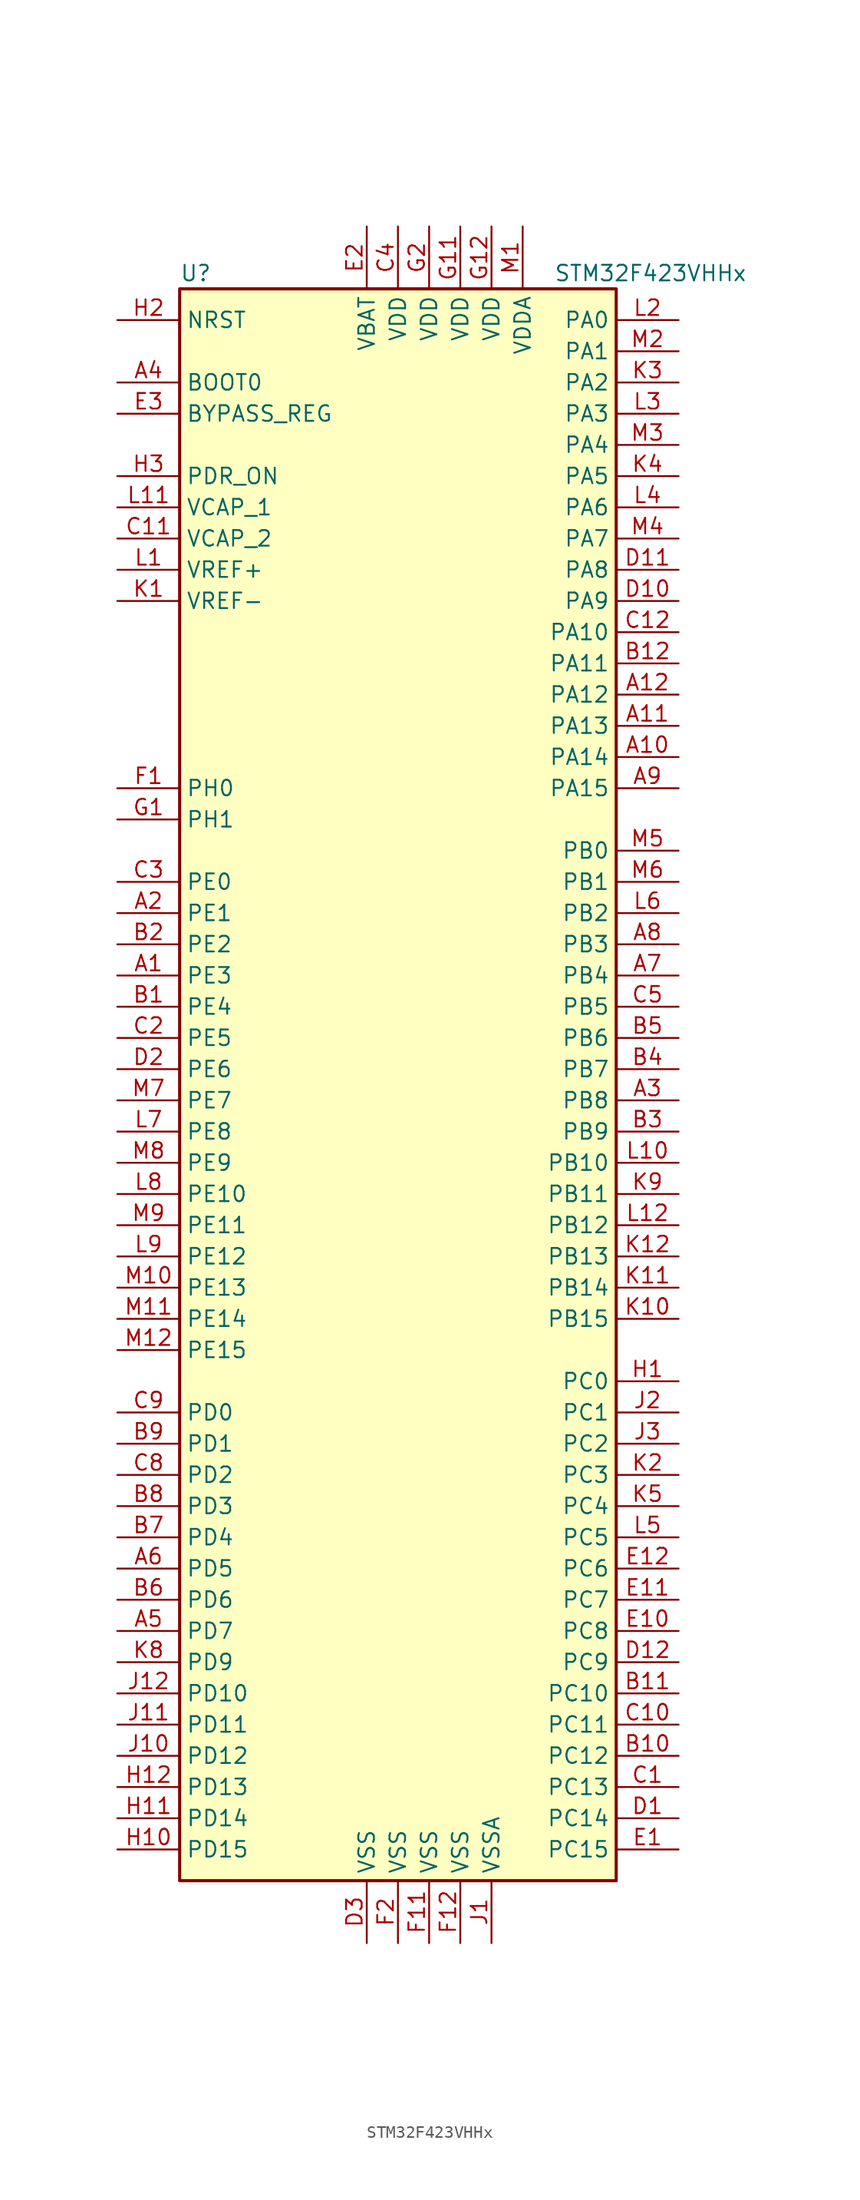
<source format=kicad_sym>
(kicad_symbol_lib
  (version 20211014)
  (generator kicad_symbol_editor)
  (symbol "STM32F423VHHx"
    (property "Reference" "U"
      (at -17.78 64.77 0)
      (effects (font (size 1.27 1.27)) (justify left)))
    (property "Value" "STM32F423VHHx"
      (at 12.7 64.77 0)
      (effects (font (size 1.27 1.27)) (justify left)))
    (symbol "STM32F423VHHx_0_1"
      (rectangle (start -17.78 -66.04) (end 17.78 63.5) (stroke (width 0.254) (type default) (color 0 0 0 0)) (fill (type background))))
    (symbol "STM32F423VHHx_1_1"
      (pin bidirectional line (at -22.86 7.62 0) (length 5.08) (name "PE3" (effects (font (size 1.27 1.27)))) (number "A1" (effects (font (size 1.27 1.27)))))
      (pin bidirectional line (at 22.86 25.4 180) (length 5.08) (name "PA14" (effects (font (size 1.27 1.27)))) (number "A10" (effects (font (size 1.27 1.27)))))
      (pin bidirectional line (at 22.86 27.94 180) (length 5.08) (name "PA13" (effects (font (size 1.27 1.27)))) (number "A11" (effects (font (size 1.27 1.27)))))
      (pin bidirectional line (at 22.86 30.48 180) (length 5.08) (name "PA12" (effects (font (size 1.27 1.27)))) (number "A12" (effects (font (size 1.27 1.27)))))
      (pin bidirectional line (at -22.86 12.7 0) (length 5.08) (name "PE1" (effects (font (size 1.27 1.27)))) (number "A2" (effects (font (size 1.27 1.27)))))
      (pin bidirectional line (at 22.86 -2.54 180) (length 5.08) (name "PB8" (effects (font (size 1.27 1.27)))) (number "A3" (effects (font (size 1.27 1.27)))))
      (pin input line (at -22.86 55.88 0) (length 5.08) (name "BOOT0" (effects (font (size 1.27 1.27)))) (number "A4" (effects (font (size 1.27 1.27)))))
      (pin bidirectional line (at -22.86 -45.72 0) (length 5.08) (name "PD7" (effects (font (size 1.27 1.27)))) (number "A5" (effects (font (size 1.27 1.27)))))
      (pin bidirectional line (at -22.86 -40.64 0) (length 5.08) (name "PD5" (effects (font (size 1.27 1.27)))) (number "A6" (effects (font (size 1.27 1.27)))))
      (pin bidirectional line (at 22.86 7.62 180) (length 5.08) (name "PB4" (effects (font (size 1.27 1.27)))) (number "A7" (effects (font (size 1.27 1.27)))))
      (pin bidirectional line (at 22.86 10.16 180) (length 5.08) (name "PB3" (effects (font (size 1.27 1.27)))) (number "A8" (effects (font (size 1.27 1.27)))))
      (pin bidirectional line (at 22.86 22.86 180) (length 5.08) (name "PA15" (effects (font (size 1.27 1.27)))) (number "A9" (effects (font (size 1.27 1.27)))))
      (pin bidirectional line (at -22.86 5.08 0) (length 5.08) (name "PE4" (effects (font (size 1.27 1.27)))) (number "B1" (effects (font (size 1.27 1.27)))))
      (pin bidirectional line (at 22.86 -55.88 180) (length 5.08) (name "PC12" (effects (font (size 1.27 1.27)))) (number "B10" (effects (font (size 1.27 1.27)))))
      (pin bidirectional line (at 22.86 -50.8 180) (length 5.08) (name "PC10" (effects (font (size 1.27 1.27)))) (number "B11" (effects (font (size 1.27 1.27)))))
      (pin bidirectional line (at 22.86 33.02 180) (length 5.08) (name "PA11" (effects (font (size 1.27 1.27)))) (number "B12" (effects (font (size 1.27 1.27)))))
      (pin bidirectional line (at -22.86 10.16 0) (length 5.08) (name "PE2" (effects (font (size 1.27 1.27)))) (number "B2" (effects (font (size 1.27 1.27)))))
      (pin bidirectional line (at 22.86 -5.08 180) (length 5.08) (name "PB9" (effects (font (size 1.27 1.27)))) (number "B3" (effects (font (size 1.27 1.27)))))
      (pin bidirectional line (at 22.86 0 180) (length 5.08) (name "PB7" (effects (font (size 1.27 1.27)))) (number "B4" (effects (font (size 1.27 1.27)))))
      (pin bidirectional line (at 22.86 2.54 180) (length 5.08) (name "PB6" (effects (font (size 1.27 1.27)))) (number "B5" (effects (font (size 1.27 1.27)))))
      (pin bidirectional line (at -22.86 -43.18 0) (length 5.08) (name "PD6" (effects (font (size 1.27 1.27)))) (number "B6" (effects (font (size 1.27 1.27)))))
      (pin bidirectional line (at -22.86 -38.1 0) (length 5.08) (name "PD4" (effects (font (size 1.27 1.27)))) (number "B7" (effects (font (size 1.27 1.27)))))
      (pin bidirectional line (at -22.86 -35.56 0) (length 5.08) (name "PD3" (effects (font (size 1.27 1.27)))) (number "B8" (effects (font (size 1.27 1.27)))))
      (pin bidirectional line (at -22.86 -30.48 0) (length 5.08) (name "PD1" (effects (font (size 1.27 1.27)))) (number "B9" (effects (font (size 1.27 1.27)))))
      (pin bidirectional line (at 22.86 -58.42 180) (length 5.08) (name "PC13" (effects (font (size 1.27 1.27)))) (number "C1" (effects (font (size 1.27 1.27)))))
      (pin bidirectional line (at 22.86 -53.34 180) (length 5.08) (name "PC11" (effects (font (size 1.27 1.27)))) (number "C10" (effects (font (size 1.27 1.27)))))
      (pin power_in line (at -22.86 43.18 0) (length 5.08) (name "VCAP_2" (effects (font (size 1.27 1.27)))) (number "C11" (effects (font (size 1.27 1.27)))))
      (pin bidirectional line (at 22.86 35.56 180) (length 5.08) (name "PA10" (effects (font (size 1.27 1.27)))) (number "C12" (effects (font (size 1.27 1.27)))))
      (pin bidirectional line (at -22.86 2.54 0) (length 5.08) (name "PE5" (effects (font (size 1.27 1.27)))) (number "C2" (effects (font (size 1.27 1.27)))))
      (pin bidirectional line (at -22.86 15.24 0) (length 5.08) (name "PE0" (effects (font (size 1.27 1.27)))) (number "C3" (effects (font (size 1.27 1.27)))))
      (pin power_in line (at 0 68.58 270) (length 5.08) (name "VDD" (effects (font (size 1.27 1.27)))) (number "C4" (effects (font (size 1.27 1.27)))))
      (pin bidirectional line (at 22.86 5.08 180) (length 5.08) (name "PB5" (effects (font (size 1.27 1.27)))) (number "C5" (effects (font (size 1.27 1.27)))))
      (pin bidirectional line (at -22.86 -33.02 0) (length 5.08) (name "PD2" (effects (font (size 1.27 1.27)))) (number "C8" (effects (font (size 1.27 1.27)))))
      (pin bidirectional line (at -22.86 -27.94 0) (length 5.08) (name "PD0" (effects (font (size 1.27 1.27)))) (number "C9" (effects (font (size 1.27 1.27)))))
      (pin bidirectional line (at 22.86 -60.96 180) (length 5.08) (name "PC14" (effects (font (size 1.27 1.27)))) (number "D1" (effects (font (size 1.27 1.27)))))
      (pin bidirectional line (at 22.86 38.1 180) (length 5.08) (name "PA9" (effects (font (size 1.27 1.27)))) (number "D10" (effects (font (size 1.27 1.27)))))
      (pin bidirectional line (at 22.86 40.64 180) (length 5.08) (name "PA8" (effects (font (size 1.27 1.27)))) (number "D11" (effects (font (size 1.27 1.27)))))
      (pin bidirectional line (at 22.86 -48.26 180) (length 5.08) (name "PC9" (effects (font (size 1.27 1.27)))) (number "D12" (effects (font (size 1.27 1.27)))))
      (pin bidirectional line (at -22.86 0 0) (length 5.08) (name "PE6" (effects (font (size 1.27 1.27)))) (number "D2" (effects (font (size 1.27 1.27)))))
      (pin power_in line (at -2.54 -71.12 90) (length 5.08) (name "VSS" (effects (font (size 1.27 1.27)))) (number "D3" (effects (font (size 1.27 1.27)))))
      (pin bidirectional line (at 22.86 -63.5 180) (length 5.08) (name "PC15" (effects (font (size 1.27 1.27)))) (number "E1" (effects (font (size 1.27 1.27)))))
      (pin bidirectional line (at 22.86 -45.72 180) (length 5.08) (name "PC8" (effects (font (size 1.27 1.27)))) (number "E10" (effects (font (size 1.27 1.27)))))
      (pin bidirectional line (at 22.86 -43.18 180) (length 5.08) (name "PC7" (effects (font (size 1.27 1.27)))) (number "E11" (effects (font (size 1.27 1.27)))))
      (pin bidirectional line (at 22.86 -40.64 180) (length 5.08) (name "PC6" (effects (font (size 1.27 1.27)))) (number "E12" (effects (font (size 1.27 1.27)))))
      (pin power_in line (at -2.54 68.58 270) (length 5.08) (name "VBAT" (effects (font (size 1.27 1.27)))) (number "E2" (effects (font (size 1.27 1.27)))))
      (pin input line (at -22.86 53.34 0) (length 5.08) (name "BYPASS_REG" (effects (font (size 1.27 1.27)))) (number "E3" (effects (font (size 1.27 1.27)))))
      (pin input line (at -22.86 22.86 0) (length 5.08) (name "PH0" (effects (font (size 1.27 1.27)))) (number "F1" (effects (font (size 1.27 1.27)))))
      (pin power_in line (at 2.54 -71.12 90) (length 5.08) (name "VSS" (effects (font (size 1.27 1.27)))) (number "F11" (effects (font (size 1.27 1.27)))))
      (pin power_in line (at 5.08 -71.12 90) (length 5.08) (name "VSS" (effects (font (size 1.27 1.27)))) (number "F12" (effects (font (size 1.27 1.27)))))
      (pin power_in line (at 0 -71.12 90) (length 5.08) (name "VSS" (effects (font (size 1.27 1.27)))) (number "F2" (effects (font (size 1.27 1.27)))))
      (pin input line (at -22.86 20.32 0) (length 5.08) (name "PH1" (effects (font (size 1.27 1.27)))) (number "G1" (effects (font (size 1.27 1.27)))))
      (pin power_in line (at 5.08 68.58 270) (length 5.08) (name "VDD" (effects (font (size 1.27 1.27)))) (number "G11" (effects (font (size 1.27 1.27)))))
      (pin power_in line (at 7.62 68.58 270) (length 5.08) (name "VDD" (effects (font (size 1.27 1.27)))) (number "G12" (effects (font (size 1.27 1.27)))))
      (pin power_in line (at 2.54 68.58 270) (length 5.08) (name "VDD" (effects (font (size 1.27 1.27)))) (number "G2" (effects (font (size 1.27 1.27)))))
      (pin bidirectional line (at 22.86 -25.4 180) (length 5.08) (name "PC0" (effects (font (size 1.27 1.27)))) (number "H1" (effects (font (size 1.27 1.27)))))
      (pin bidirectional line (at -22.86 -63.5 0) (length 5.08) (name "PD15" (effects (font (size 1.27 1.27)))) (number "H10" (effects (font (size 1.27 1.27)))))
      (pin bidirectional line (at -22.86 -60.96 0) (length 5.08) (name "PD14" (effects (font (size 1.27 1.27)))) (number "H11" (effects (font (size 1.27 1.27)))))
      (pin bidirectional line (at -22.86 -58.42 0) (length 5.08) (name "PD13" (effects (font (size 1.27 1.27)))) (number "H12" (effects (font (size 1.27 1.27)))))
      (pin input line (at -22.86 60.96 0) (length 5.08) (name "NRST" (effects (font (size 1.27 1.27)))) (number "H2" (effects (font (size 1.27 1.27)))))
      (pin power_in line (at -22.86 48.26 0) (length 5.08) (name "PDR_ON" (effects (font (size 1.27 1.27)))) (number "H3" (effects (font (size 1.27 1.27)))))
      (pin power_in line (at 7.62 -71.12 90) (length 5.08) (name "VSSA" (effects (font (size 1.27 1.27)))) (number "J1" (effects (font (size 1.27 1.27)))))
      (pin bidirectional line (at -22.86 -55.88 0) (length 5.08) (name "PD12" (effects (font (size 1.27 1.27)))) (number "J10" (effects (font (size 1.27 1.27)))))
      (pin bidirectional line (at -22.86 -53.34 0) (length 5.08) (name "PD11" (effects (font (size 1.27 1.27)))) (number "J11" (effects (font (size 1.27 1.27)))))
      (pin bidirectional line (at -22.86 -50.8 0) (length 5.08) (name "PD10" (effects (font (size 1.27 1.27)))) (number "J12" (effects (font (size 1.27 1.27)))))
      (pin bidirectional line (at 22.86 -27.94 180) (length 5.08) (name "PC1" (effects (font (size 1.27 1.27)))) (number "J2" (effects (font (size 1.27 1.27)))))
      (pin bidirectional line (at 22.86 -30.48 180) (length 5.08) (name "PC2" (effects (font (size 1.27 1.27)))) (number "J3" (effects (font (size 1.27 1.27)))))
      (pin power_in line (at -22.86 38.1 0) (length 5.08) (name "VREF-" (effects (font (size 1.27 1.27)))) (number "K1" (effects (font (size 1.27 1.27)))))
      (pin bidirectional line (at 22.86 -20.32 180) (length 5.08) (name "PB15" (effects (font (size 1.27 1.27)))) (number "K10" (effects (font (size 1.27 1.27)))))
      (pin bidirectional line (at 22.86 -17.78 180) (length 5.08) (name "PB14" (effects (font (size 1.27 1.27)))) (number "K11" (effects (font (size 1.27 1.27)))))
      (pin bidirectional line (at 22.86 -15.24 180) (length 5.08) (name "PB13" (effects (font (size 1.27 1.27)))) (number "K12" (effects (font (size 1.27 1.27)))))
      (pin bidirectional line (at 22.86 -33.02 180) (length 5.08) (name "PC3" (effects (font (size 1.27 1.27)))) (number "K2" (effects (font (size 1.27 1.27)))))
      (pin bidirectional line (at 22.86 55.88 180) (length 5.08) (name "PA2" (effects (font (size 1.27 1.27)))) (number "K3" (effects (font (size 1.27 1.27)))))
      (pin bidirectional line (at 22.86 48.26 180) (length 5.08) (name "PA5" (effects (font (size 1.27 1.27)))) (number "K4" (effects (font (size 1.27 1.27)))))
      (pin bidirectional line (at 22.86 -35.56 180) (length 5.08) (name "PC4" (effects (font (size 1.27 1.27)))) (number "K5" (effects (font (size 1.27 1.27)))))
      (pin bidirectional line (at -22.86 -48.26 0) (length 5.08) (name "PD9" (effects (font (size 1.27 1.27)))) (number "K8" (effects (font (size 1.27 1.27)))))
      (pin bidirectional line (at 22.86 -10.16 180) (length 5.08) (name "PB11" (effects (font (size 1.27 1.27)))) (number "K9" (effects (font (size 1.27 1.27)))))
      (pin power_in line (at -22.86 40.64 0) (length 5.08) (name "VREF+" (effects (font (size 1.27 1.27)))) (number "L1" (effects (font (size 1.27 1.27)))))
      (pin bidirectional line (at 22.86 -7.62 180) (length 5.08) (name "PB10" (effects (font (size 1.27 1.27)))) (number "L10" (effects (font (size 1.27 1.27)))))
      (pin power_in line (at -22.86 45.72 0) (length 5.08) (name "VCAP_1" (effects (font (size 1.27 1.27)))) (number "L11" (effects (font (size 1.27 1.27)))))
      (pin bidirectional line (at 22.86 -12.7 180) (length 5.08) (name "PB12" (effects (font (size 1.27 1.27)))) (number "L12" (effects (font (size 1.27 1.27)))))
      (pin bidirectional line (at 22.86 60.96 180) (length 5.08) (name "PA0" (effects (font (size 1.27 1.27)))) (number "L2" (effects (font (size 1.27 1.27)))))
      (pin bidirectional line (at 22.86 53.34 180) (length 5.08) (name "PA3" (effects (font (size 1.27 1.27)))) (number "L3" (effects (font (size 1.27 1.27)))))
      (pin bidirectional line (at 22.86 45.72 180) (length 5.08) (name "PA6" (effects (font (size 1.27 1.27)))) (number "L4" (effects (font (size 1.27 1.27)))))
      (pin bidirectional line (at 22.86 -38.1 180) (length 5.08) (name "PC5" (effects (font (size 1.27 1.27)))) (number "L5" (effects (font (size 1.27 1.27)))))
      (pin bidirectional line (at 22.86 12.7 180) (length 5.08) (name "PB2" (effects (font (size 1.27 1.27)))) (number "L6" (effects (font (size 1.27 1.27)))))
      (pin bidirectional line (at -22.86 -5.08 0) (length 5.08) (name "PE8" (effects (font (size 1.27 1.27)))) (number "L7" (effects (font (size 1.27 1.27)))))
      (pin bidirectional line (at -22.86 -10.16 0) (length 5.08) (name "PE10" (effects (font (size 1.27 1.27)))) (number "L8" (effects (font (size 1.27 1.27)))))
      (pin bidirectional line (at -22.86 -15.24 0) (length 5.08) (name "PE12" (effects (font (size 1.27 1.27)))) (number "L9" (effects (font (size 1.27 1.27)))))
      (pin power_in line (at 10.16 68.58 270) (length 5.08) (name "VDDA" (effects (font (size 1.27 1.27)))) (number "M1" (effects (font (size 1.27 1.27)))))
      (pin bidirectional line (at -22.86 -17.78 0) (length 5.08) (name "PE13" (effects (font (size 1.27 1.27)))) (number "M10" (effects (font (size 1.27 1.27)))))
      (pin bidirectional line (at -22.86 -20.32 0) (length 5.08) (name "PE14" (effects (font (size 1.27 1.27)))) (number "M11" (effects (font (size 1.27 1.27)))))
      (pin bidirectional line (at -22.86 -22.86 0) (length 5.08) (name "PE15" (effects (font (size 1.27 1.27)))) (number "M12" (effects (font (size 1.27 1.27)))))
      (pin bidirectional line (at 22.86 58.42 180) (length 5.08) (name "PA1" (effects (font (size 1.27 1.27)))) (number "M2" (effects (font (size 1.27 1.27)))))
      (pin bidirectional line (at 22.86 50.8 180) (length 5.08) (name "PA4" (effects (font (size 1.27 1.27)))) (number "M3" (effects (font (size 1.27 1.27)))))
      (pin bidirectional line (at 22.86 43.18 180) (length 5.08) (name "PA7" (effects (font (size 1.27 1.27)))) (number "M4" (effects (font (size 1.27 1.27)))))
      (pin bidirectional line (at 22.86 17.78 180) (length 5.08) (name "PB0" (effects (font (size 1.27 1.27)))) (number "M5" (effects (font (size 1.27 1.27)))))
      (pin bidirectional line (at 22.86 15.24 180) (length 5.08) (name "PB1" (effects (font (size 1.27 1.27)))) (number "M6" (effects (font (size 1.27 1.27)))))
      (pin bidirectional line (at -22.86 -2.54 0) (length 5.08) (name "PE7" (effects (font (size 1.27 1.27)))) (number "M7" (effects (font (size 1.27 1.27)))))
      (pin bidirectional line (at -22.86 -7.62 0) (length 5.08) (name "PE9" (effects (font (size 1.27 1.27)))) (number "M8" (effects (font (size 1.27 1.27)))))
      (pin bidirectional line (at -22.86 -12.7 0) (length 5.08) (name "PE11" (effects (font (size 1.27 1.27)))) (number "M9" (effects (font (size 1.27 1.27))))))))
</source>
